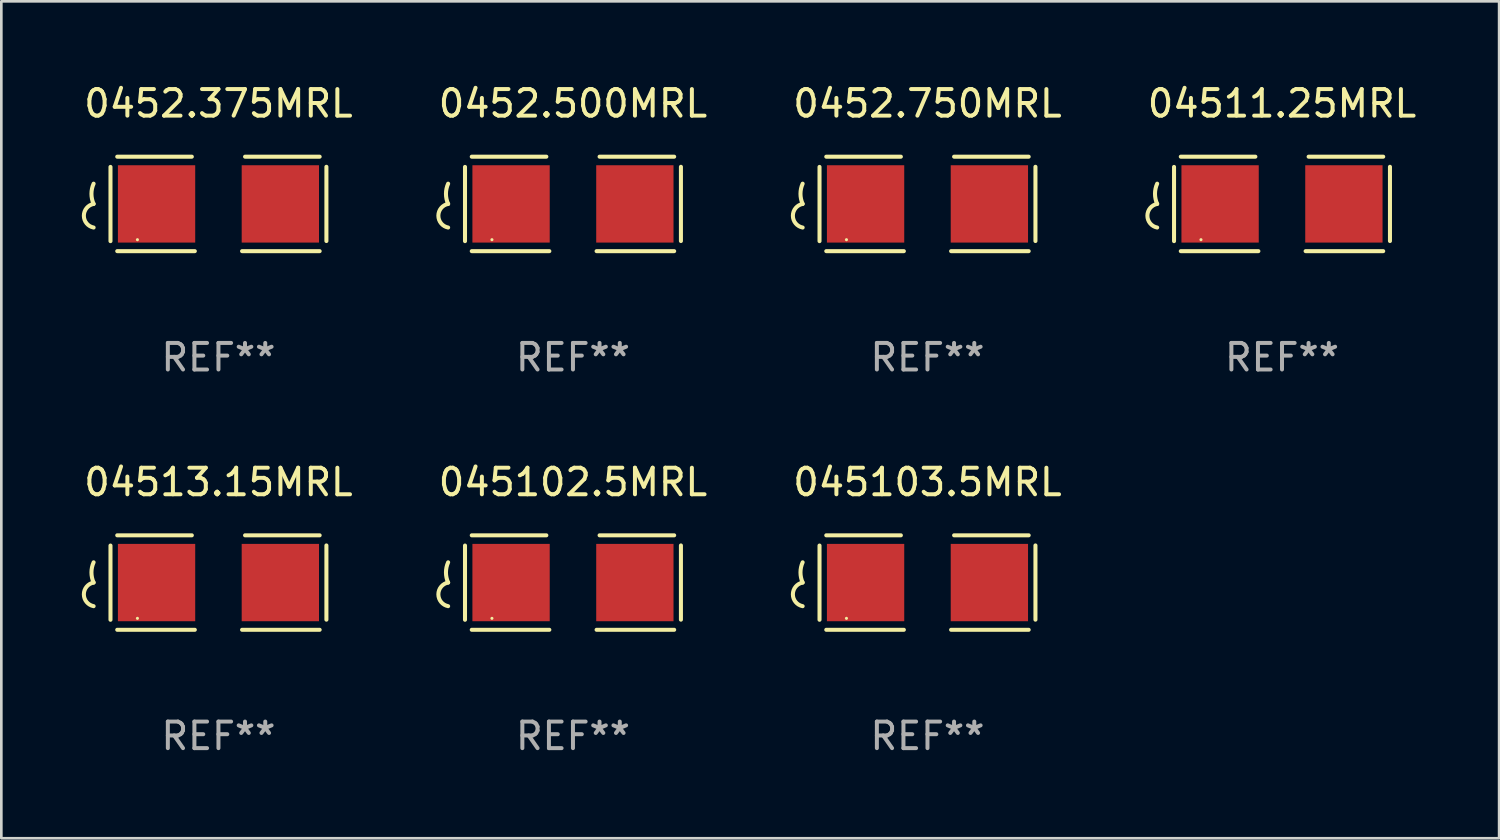
<source format=kicad_pcb>
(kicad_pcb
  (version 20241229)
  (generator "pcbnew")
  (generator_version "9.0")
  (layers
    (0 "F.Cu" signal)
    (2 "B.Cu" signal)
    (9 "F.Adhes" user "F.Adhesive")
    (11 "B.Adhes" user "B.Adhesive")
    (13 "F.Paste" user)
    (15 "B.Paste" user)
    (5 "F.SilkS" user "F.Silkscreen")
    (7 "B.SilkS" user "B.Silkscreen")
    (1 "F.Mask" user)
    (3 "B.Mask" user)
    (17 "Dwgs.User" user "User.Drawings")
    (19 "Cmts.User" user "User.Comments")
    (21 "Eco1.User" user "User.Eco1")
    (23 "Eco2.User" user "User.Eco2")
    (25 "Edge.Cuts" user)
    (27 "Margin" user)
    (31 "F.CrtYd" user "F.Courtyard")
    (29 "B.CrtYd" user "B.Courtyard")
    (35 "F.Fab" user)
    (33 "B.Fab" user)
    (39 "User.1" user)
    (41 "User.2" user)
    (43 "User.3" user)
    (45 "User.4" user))
  (footprint "045102.5MRL"
    (layer "F.Cu")
    (at 18.518 18.879)
    (property "Reference" "045102.5MRL" (at 0 -3.778 0) (layer "F.SilkS") (effects (font (size 1 1) (thickness 0.15))))
    (attr through_hole)
    (fp_line (start -4.064 -1.393) (end -4.064 1.401) (stroke (width 0.152) (type solid)) (layer "F.SilkS"))
    (fp_line (start -3.81 -1.778) (end -1.002 -1.778) (stroke (width 0.152) (type solid)) (layer "F.SilkS"))
    (fp_line (start -0.889 1.778) (end -3.81 1.778) (stroke (width 0.152) (type solid)) (layer "F.SilkS"))
    (fp_line (start 0.889 1.778) (end 3.81 1.778) (stroke (width 0.152) (type solid)) (layer "F.SilkS"))
    (fp_line (start 3.81 -1.778) (end 1.002 -1.778) (stroke (width 0.152) (type solid)) (layer "F.SilkS"))
    (fp_line (start 4.064 -1.397) (end 4.064 1.397) (stroke (width 0.152) (type solid)) (layer "F.SilkS"))
    (fp_arc (start -4.699009 0) (mid -4.780645 -0.381001) (end -4.699009 -0.762002) (stroke (width 0.151994) (type solid)) (layer "F.SilkS"))
    (fp_arc (start -4.699009 0.889002) (mid -5.066697 0.444501) (end -4.699009 0) (stroke (width 0.151994) (type solid)) (layer "F.SilkS"))
    (fp_circle (center -3.05 1.347) (end -3.02 1.347) (stroke (width 0.06) (type solid)) (fill no) (layer "F.SilkS"))
    (fp_text user "REF**" (at 0 5.778 0) (layer "F.Fab") (effects (font (size 1 1) (thickness 0.15))))
    (pad "1" smd rect (at -2.33 0) (size 2.91 2.911) (layers "F.Cu" "F.Mask" "F.Paste"))
    (pad "2" smd rect (at 2.33 0) (size 2.91 2.911) (layers "F.Cu" "F.Mask" "F.Paste")))
  (footprint "0452.375MRL"
    (layer "F.Cu")
    (at 5.173 4.626)
    (property "Reference" "0452.375MRL" (at 0 -3.778 0) (layer "F.SilkS") (effects (font (size 1 1) (thickness 0.15))))
    (attr through_hole)
    (fp_line (start -4.064 -1.393) (end -4.064 1.401) (stroke (width 0.152) (type solid)) (layer "F.SilkS"))
    (fp_line (start -3.81 -1.778) (end -1.002 -1.778) (stroke (width 0.152) (type solid)) (layer "F.SilkS"))
    (fp_line (start -0.889 1.778) (end -3.81 1.778) (stroke (width 0.152) (type solid)) (layer "F.SilkS"))
    (fp_line (start 0.889 1.778) (end 3.81 1.778) (stroke (width 0.152) (type solid)) (layer "F.SilkS"))
    (fp_line (start 3.81 -1.778) (end 1.002 -1.778) (stroke (width 0.152) (type solid)) (layer "F.SilkS"))
    (fp_line (start 4.064 -1.397) (end 4.064 1.397) (stroke (width 0.152) (type solid)) (layer "F.SilkS"))
    (fp_arc (start -4.699009 0) (mid -4.780645 -0.381001) (end -4.699009 -0.762002) (stroke (width 0.151994) (type solid)) (layer "F.SilkS"))
    (fp_arc (start -4.699009 0.889002) (mid -5.066697 0.444501) (end -4.699009 0) (stroke (width 0.151994) (type solid)) (layer "F.SilkS"))
    (fp_circle (center -3.05 1.347) (end -3.02 1.347) (stroke (width 0.06) (type solid)) (fill no) (layer "F.SilkS"))
    (fp_text user "REF**" (at 0 5.778 0) (layer "F.Fab") (effects (font (size 1 1) (thickness 0.15))))
    (pad "1" smd rect (at -2.33 0) (size 2.91 2.911) (layers "F.Cu" "F.Mask" "F.Paste"))
    (pad "2" smd rect (at 2.33 0) (size 2.91 2.911) (layers "F.Cu" "F.Mask" "F.Paste")))
  (footprint "0452.500MRL"
    (layer "F.Cu")
    (at 18.518 4.626)
    (property "Reference" "0452.500MRL" (at 0 -3.778 0) (layer "F.SilkS") (effects (font (size 1 1) (thickness 0.15))))
    (attr through_hole)
    (fp_line (start -4.064 -1.393) (end -4.064 1.401) (stroke (width 0.152) (type solid)) (layer "F.SilkS"))
    (fp_line (start -3.81 -1.778) (end -1.002 -1.778) (stroke (width 0.152) (type solid)) (layer "F.SilkS"))
    (fp_line (start -0.889 1.778) (end -3.81 1.778) (stroke (width 0.152) (type solid)) (layer "F.SilkS"))
    (fp_line (start 0.889 1.778) (end 3.81 1.778) (stroke (width 0.152) (type solid)) (layer "F.SilkS"))
    (fp_line (start 3.81 -1.778) (end 1.002 -1.778) (stroke (width 0.152) (type solid)) (layer "F.SilkS"))
    (fp_line (start 4.064 -1.397) (end 4.064 1.397) (stroke (width 0.152) (type solid)) (layer "F.SilkS"))
    (fp_arc (start -4.699009 0) (mid -4.780645 -0.381001) (end -4.699009 -0.762002) (stroke (width 0.151994) (type solid)) (layer "F.SilkS"))
    (fp_arc (start -4.699009 0.889002) (mid -5.066697 0.444501) (end -4.699009 0) (stroke (width 0.151994) (type solid)) (layer "F.SilkS"))
    (fp_circle (center -3.05 1.347) (end -3.02 1.347) (stroke (width 0.06) (type solid)) (fill no) (layer "F.SilkS"))
    (fp_text user "REF**" (at 0 5.778 0) (layer "F.Fab") (effects (font (size 1 1) (thickness 0.15))))
    (pad "1" smd rect (at -2.33 0) (size 2.91 2.911) (layers "F.Cu" "F.Mask" "F.Paste"))
    (pad "2" smd rect (at 2.33 0) (size 2.91 2.911) (layers "F.Cu" "F.Mask" "F.Paste")))
  (footprint "04511.25MRL"
    (layer "F.Cu")
    (at 45.208 4.626)
    (property "Reference" "04511.25MRL" (at 0 -3.778 0) (layer "F.SilkS") (effects (font (size 1 1) (thickness 0.15))))
    (attr through_hole)
    (fp_line (start -4.064 -1.393) (end -4.064 1.401) (stroke (width 0.152) (type solid)) (layer "F.SilkS"))
    (fp_line (start -3.81 -1.778) (end -1.002 -1.778) (stroke (width 0.152) (type solid)) (layer "F.SilkS"))
    (fp_line (start -0.889 1.778) (end -3.81 1.778) (stroke (width 0.152) (type solid)) (layer "F.SilkS"))
    (fp_line (start 0.889 1.778) (end 3.81 1.778) (stroke (width 0.152) (type solid)) (layer "F.SilkS"))
    (fp_line (start 3.81 -1.778) (end 1.002 -1.778) (stroke (width 0.152) (type solid)) (layer "F.SilkS"))
    (fp_line (start 4.064 -1.397) (end 4.064 1.397) (stroke (width 0.152) (type solid)) (layer "F.SilkS"))
    (fp_arc (start -4.699009 0) (mid -4.780645 -0.381001) (end -4.699009 -0.762002) (stroke (width 0.151994) (type solid)) (layer "F.SilkS"))
    (fp_arc (start -4.699009 0.889002) (mid -5.066697 0.444501) (end -4.699009 0) (stroke (width 0.151994) (type solid)) (layer "F.SilkS"))
    (fp_circle (center -3.05 1.347) (end -3.02 1.347) (stroke (width 0.06) (type solid)) (fill no) (layer "F.SilkS"))
    (fp_text user "REF**" (at 0 5.778 0) (layer "F.Fab") (effects (font (size 1 1) (thickness 0.15))))
    (pad "1" smd rect (at -2.33 0) (size 2.91 2.911) (layers "F.Cu" "F.Mask" "F.Paste"))
    (pad "2" smd rect (at 2.33 0) (size 2.91 2.911) (layers "F.Cu" "F.Mask" "F.Paste")))
  (footprint "0452.750MRL"
    (layer "F.Cu")
    (at 31.863 4.626)
    (property "Reference" "0452.750MRL" (at 0 -3.778 0) (layer "F.SilkS") (effects (font (size 1 1) (thickness 0.15))))
    (attr through_hole)
    (fp_line (start -4.064 -1.393) (end -4.064 1.401) (stroke (width 0.152) (type solid)) (layer "F.SilkS"))
    (fp_line (start -3.81 -1.778) (end -1.002 -1.778) (stroke (width 0.152) (type solid)) (layer "F.SilkS"))
    (fp_line (start -0.889 1.778) (end -3.81 1.778) (stroke (width 0.152) (type solid)) (layer "F.SilkS"))
    (fp_line (start 0.889 1.778) (end 3.81 1.778) (stroke (width 0.152) (type solid)) (layer "F.SilkS"))
    (fp_line (start 3.81 -1.778) (end 1.002 -1.778) (stroke (width 0.152) (type solid)) (layer "F.SilkS"))
    (fp_line (start 4.064 -1.397) (end 4.064 1.397) (stroke (width 0.152) (type solid)) (layer "F.SilkS"))
    (fp_arc (start -4.699009 0) (mid -4.780645 -0.381001) (end -4.699009 -0.762002) (stroke (width 0.151994) (type solid)) (layer "F.SilkS"))
    (fp_arc (start -4.699009 0.889002) (mid -5.066697 0.444501) (end -4.699009 0) (stroke (width 0.151994) (type solid)) (layer "F.SilkS"))
    (fp_circle (center -3.05 1.347) (end -3.02 1.347) (stroke (width 0.06) (type solid)) (fill no) (layer "F.SilkS"))
    (fp_text user "REF**" (at 0 5.778 0) (layer "F.Fab") (effects (font (size 1 1) (thickness 0.15))))
    (pad "1" smd rect (at -2.33 0) (size 2.91 2.911) (layers "F.Cu" "F.Mask" "F.Paste"))
    (pad "2" smd rect (at 2.33 0) (size 2.91 2.911) (layers "F.Cu" "F.Mask" "F.Paste")))
  (footprint "04513.15MRL"
    (layer "F.Cu")
    (at 5.173 18.879)
    (property "Reference" "04513.15MRL" (at 0 -3.778 0) (layer "F.SilkS") (effects (font (size 1 1) (thickness 0.15))))
    (attr through_hole)
    (fp_line (start -4.064 -1.393) (end -4.064 1.401) (stroke (width 0.152) (type solid)) (layer "F.SilkS"))
    (fp_line (start -3.81 -1.778) (end -1.002 -1.778) (stroke (width 0.152) (type solid)) (layer "F.SilkS"))
    (fp_line (start -0.889 1.778) (end -3.81 1.778) (stroke (width 0.152) (type solid)) (layer "F.SilkS"))
    (fp_line (start 0.889 1.778) (end 3.81 1.778) (stroke (width 0.152) (type solid)) (layer "F.SilkS"))
    (fp_line (start 3.81 -1.778) (end 1.002 -1.778) (stroke (width 0.152) (type solid)) (layer "F.SilkS"))
    (fp_line (start 4.064 -1.397) (end 4.064 1.397) (stroke (width 0.152) (type solid)) (layer "F.SilkS"))
    (fp_arc (start -4.699009 0) (mid -4.780645 -0.381001) (end -4.699009 -0.762002) (stroke (width 0.151994) (type solid)) (layer "F.SilkS"))
    (fp_arc (start -4.699009 0.889002) (mid -5.066697 0.444501) (end -4.699009 0) (stroke (width 0.151994) (type solid)) (layer "F.SilkS"))
    (fp_circle (center -3.05 1.347) (end -3.02 1.347) (stroke (width 0.06) (type solid)) (fill no) (layer "F.SilkS"))
    (fp_text user "REF**" (at 0 5.778 0) (layer "F.Fab") (effects (font (size 1 1) (thickness 0.15))))
    (pad "1" smd rect (at -2.33 0) (size 2.91 2.911) (layers "F.Cu" "F.Mask" "F.Paste"))
    (pad "2" smd rect (at 2.33 0) (size 2.91 2.911) (layers "F.Cu" "F.Mask" "F.Paste")))
  (footprint "045103.5MRL"
    (layer "F.Cu")
    (at 31.863 18.879)
    (property "Reference" "045103.5MRL" (at 0 -3.778 0) (layer "F.SilkS") (effects (font (size 1 1) (thickness 0.15))))
    (attr through_hole)
    (fp_line (start -4.064 -1.393) (end -4.064 1.401) (stroke (width 0.152) (type solid)) (layer "F.SilkS"))
    (fp_line (start -3.81 -1.778) (end -1.002 -1.778) (stroke (width 0.152) (type solid)) (layer "F.SilkS"))
    (fp_line (start -0.889 1.778) (end -3.81 1.778) (stroke (width 0.152) (type solid)) (layer "F.SilkS"))
    (fp_line (start 0.889 1.778) (end 3.81 1.778) (stroke (width 0.152) (type solid)) (layer "F.SilkS"))
    (fp_line (start 3.81 -1.778) (end 1.002 -1.778) (stroke (width 0.152) (type solid)) (layer "F.SilkS"))
    (fp_line (start 4.064 -1.397) (end 4.064 1.397) (stroke (width 0.152) (type solid)) (layer "F.SilkS"))
    (fp_arc (start -4.699009 0) (mid -4.780645 -0.381001) (end -4.699009 -0.762002) (stroke (width 0.151994) (type solid)) (layer "F.SilkS"))
    (fp_arc (start -4.699009 0.889002) (mid -5.066697 0.444501) (end -4.699009 0) (stroke (width 0.151994) (type solid)) (layer "F.SilkS"))
    (fp_circle (center -3.05 1.347) (end -3.02 1.347) (stroke (width 0.06) (type solid)) (fill no) (layer "F.SilkS"))
    (fp_text user "REF**" (at 0 5.778 0) (layer "F.Fab") (effects (font (size 1 1) (thickness 0.15))))
    (pad "1" smd rect (at -2.33 0) (size 2.91 2.911) (layers "F.Cu" "F.Mask" "F.Paste"))
    (pad "2" smd rect (at 2.33 0) (size 2.91 2.911) (layers "F.Cu" "F.Mask" "F.Paste")))
  (gr_rect
    (start -3 -3)
    (end 53.381 28.505)
    (stroke (width 0.1) (type default))
    (fill no)
    (layer "Edge.Cuts")))
</source>
